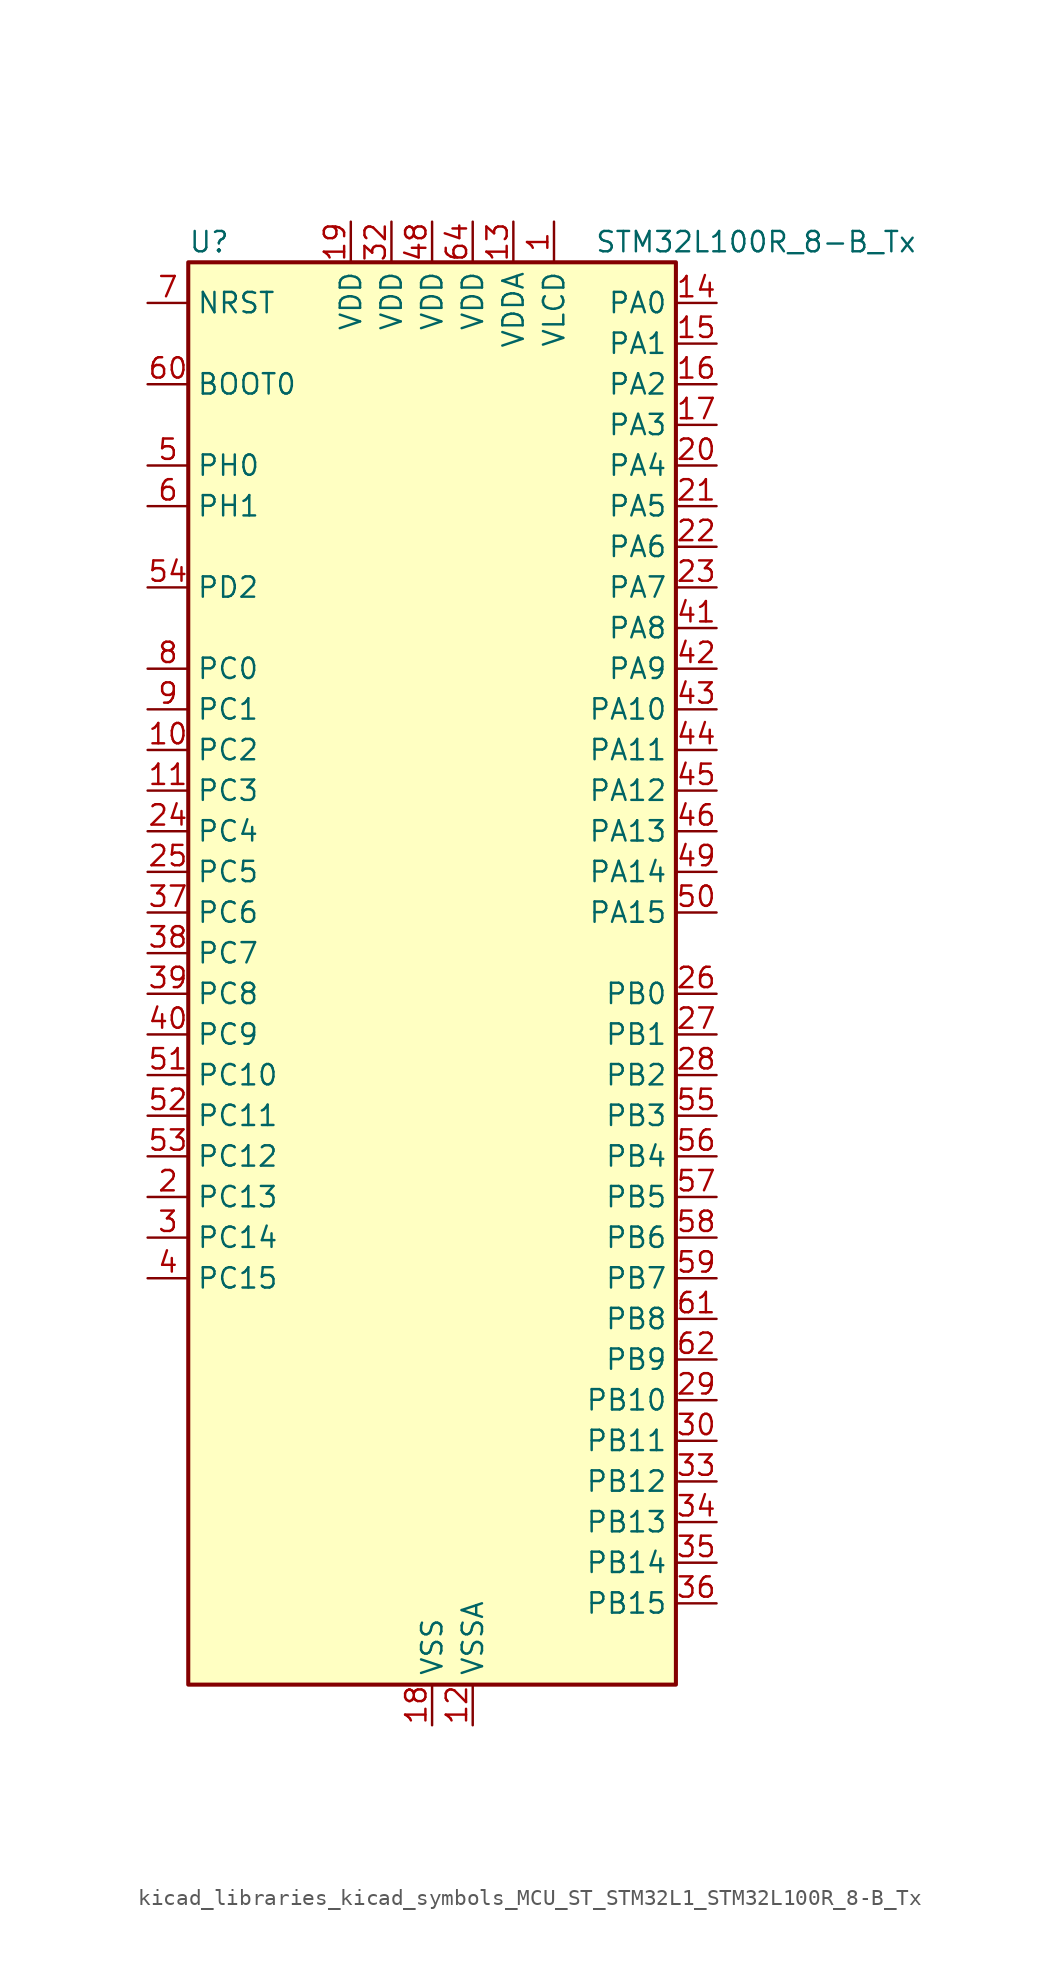
<source format=kicad_sym>
(kicad_symbol_lib
  (version 20220914)
  (generator kicad_symbol_editor)
  (symbol "kicad_libraries_kicad_symbols_MCU_ST_STM32L1_STM32L100R_8-B_Tx"
    (property "Reference" "U"
      (at -15.24 46.99 0)
      (effects (font (size 1.27 1.27)) (justify left)))
    (property "Value" "STM32L100R_8-B_Tx"
      (at 10.16 46.99 0)
      (effects (font (size 1.27 1.27)) (justify left)))
    (property "ki_locked" ""
      (at 0 0 0)
      (effects (font (size 1.27 1.27))))
    (symbol "kicad_libraries_kicad_symbols_MCU_ST_STM32L1_STM32L100R_8-B_Tx_0_1"
      (rectangle (start -15.24 -43.18) (end 15.24 45.72) (stroke (width 0.254) (type default)) (fill (type background))))
    (symbol "kicad_libraries_kicad_symbols_MCU_ST_STM32L1_STM32L100R_8-B_Tx_1_1"
      (pin power_in line (at 7.62 48.26 270) (length 2.54) (name "VLCD" (effects (font (size 1.27 1.27)))) (number "1" (effects (font (size 1.27 1.27)))))
      (pin bidirectional line (at -17.78 15.24 0) (length 2.54) (name "PC2" (effects (font (size 1.27 1.27)))) (number "10" (effects (font (size 1.27 1.27)))) (alternate "ADC_IN12" bidirectional line) (alternate "COMP1_INP" bidirectional line) (alternate "LCD_SEG20" bidirectional line) (alternate "TIMX_IC3" bidirectional line))
      (pin bidirectional line (at -17.78 12.7 0) (length 2.54) (name "PC3" (effects (font (size 1.27 1.27)))) (number "11" (effects (font (size 1.27 1.27)))) (alternate "ADC_IN13" bidirectional line) (alternate "COMP1_INP" bidirectional line) (alternate "LCD_SEG21" bidirectional line) (alternate "TIMX_IC4" bidirectional line))
      (pin power_in line (at 2.54 -45.72 90) (length 2.54) (name "VSSA" (effects (font (size 1.27 1.27)))) (number "12" (effects (font (size 1.27 1.27)))))
      (pin power_in line (at 5.08 48.26 270) (length 2.54) (name "VDDA" (effects (font (size 1.27 1.27)))) (number "13" (effects (font (size 1.27 1.27)))))
      (pin bidirectional line (at 17.78 43.18 180) (length 2.54) (name "PA0" (effects (font (size 1.27 1.27)))) (number "14" (effects (font (size 1.27 1.27)))) (alternate "ADC_IN0" bidirectional line) (alternate "COMP1_INP" bidirectional line) (alternate "SYS_WKUP1" bidirectional line) (alternate "TIM2_CH1" bidirectional line) (alternate "TIM2_ETR" bidirectional line) (alternate "TIMX_IC1" bidirectional line) (alternate "USART2_CTS" bidirectional line))
      (pin bidirectional line (at 17.78 40.64 180) (length 2.54) (name "PA1" (effects (font (size 1.27 1.27)))) (number "15" (effects (font (size 1.27 1.27)))) (alternate "ADC_IN1" bidirectional line) (alternate "COMP1_INP" bidirectional line) (alternate "LCD_SEG0" bidirectional line) (alternate "TIM2_CH2" bidirectional line) (alternate "TIMX_IC2" bidirectional line) (alternate "USART2_RTS" bidirectional line))
      (pin bidirectional line (at 17.78 38.1 180) (length 2.54) (name "PA2" (effects (font (size 1.27 1.27)))) (number "16" (effects (font (size 1.27 1.27)))) (alternate "ADC_IN2" bidirectional line) (alternate "COMP1_INP" bidirectional line) (alternate "LCD_SEG1" bidirectional line) (alternate "TIM2_CH3" bidirectional line) (alternate "TIM9_CH1" bidirectional line) (alternate "TIMX_IC3" bidirectional line) (alternate "USART2_TX" bidirectional line))
      (pin bidirectional line (at 17.78 35.56 180) (length 2.54) (name "PA3" (effects (font (size 1.27 1.27)))) (number "17" (effects (font (size 1.27 1.27)))) (alternate "ADC_IN3" bidirectional line) (alternate "COMP1_INP" bidirectional line) (alternate "LCD_SEG2" bidirectional line) (alternate "TIM2_CH4" bidirectional line) (alternate "TIM9_CH2" bidirectional line) (alternate "TIMX_IC4" bidirectional line) (alternate "USART2_RX" bidirectional line))
      (pin power_in line (at 0 -45.72 90) (length 2.54) (name "VSS" (effects (font (size 1.27 1.27)))) (number "18" (effects (font (size 1.27 1.27)))))
      (pin power_in line (at -5.08 48.26 270) (length 2.54) (name "VDD" (effects (font (size 1.27 1.27)))) (number "19" (effects (font (size 1.27 1.27)))))
      (pin bidirectional line (at -17.78 -12.7 0) (length 2.54) (name "PC13" (effects (font (size 1.27 1.27)))) (number "2" (effects (font (size 1.27 1.27)))) (alternate "RTC_OUT_ALARM" bidirectional line) (alternate "RTC_OUT_CALIB" bidirectional line) (alternate "RTC_TAMP1" bidirectional line) (alternate "RTC_TS" bidirectional line) (alternate "SYS_WKUP2" bidirectional line) (alternate "TIMX_IC2" bidirectional line))
      (pin bidirectional line (at 17.78 33.02 180) (length 2.54) (name "PA4" (effects (font (size 1.27 1.27)))) (number "20" (effects (font (size 1.27 1.27)))) (alternate "ADC_IN4" bidirectional line) (alternate "COMP1_INP" bidirectional line) (alternate "DAC_OUT1" bidirectional line) (alternate "SPI1_NSS" bidirectional line) (alternate "TIMX_IC1" bidirectional line) (alternate "USART2_CK" bidirectional line))
      (pin bidirectional line (at 17.78 30.48 180) (length 2.54) (name "PA5" (effects (font (size 1.27 1.27)))) (number "21" (effects (font (size 1.27 1.27)))) (alternate "ADC_IN5" bidirectional line) (alternate "COMP1_INP" bidirectional line) (alternate "DAC_OUT2" bidirectional line) (alternate "SPI1_SCK" bidirectional line) (alternate "TIM2_CH1" bidirectional line) (alternate "TIM2_ETR" bidirectional line) (alternate "TIMX_IC2" bidirectional line))
      (pin bidirectional line (at 17.78 27.94 180) (length 2.54) (name "PA6" (effects (font (size 1.27 1.27)))) (number "22" (effects (font (size 1.27 1.27)))) (alternate "ADC_IN6" bidirectional line) (alternate "COMP1_INP" bidirectional line) (alternate "LCD_SEG3" bidirectional line) (alternate "SPI1_MISO" bidirectional line) (alternate "TIM10_CH1" bidirectional line) (alternate "TIM3_CH1" bidirectional line) (alternate "TIMX_IC3" bidirectional line))
      (pin bidirectional line (at 17.78 25.4 180) (length 2.54) (name "PA7" (effects (font (size 1.27 1.27)))) (number "23" (effects (font (size 1.27 1.27)))) (alternate "ADC_IN7" bidirectional line) (alternate "COMP1_INP" bidirectional line) (alternate "LCD_SEG4" bidirectional line) (alternate "SPI1_MOSI" bidirectional line) (alternate "TIM11_CH1" bidirectional line) (alternate "TIM3_CH2" bidirectional line) (alternate "TIMX_IC4" bidirectional line))
      (pin bidirectional line (at -17.78 10.16 0) (length 2.54) (name "PC4" (effects (font (size 1.27 1.27)))) (number "24" (effects (font (size 1.27 1.27)))) (alternate "ADC_IN14" bidirectional line) (alternate "COMP1_INP" bidirectional line) (alternate "LCD_SEG22" bidirectional line) (alternate "TIMX_IC1" bidirectional line))
      (pin bidirectional line (at -17.78 7.62 0) (length 2.54) (name "PC5" (effects (font (size 1.27 1.27)))) (number "25" (effects (font (size 1.27 1.27)))) (alternate "ADC_IN15" bidirectional line) (alternate "COMP1_INP" bidirectional line) (alternate "LCD_SEG23" bidirectional line) (alternate "TIMX_IC2" bidirectional line))
      (pin bidirectional line (at 17.78 0 180) (length 2.54) (name "PB0" (effects (font (size 1.27 1.27)))) (number "26" (effects (font (size 1.27 1.27)))) (alternate "ADC_IN8" bidirectional line) (alternate "COMP1_INP" bidirectional line) (alternate "LCD_SEG5" bidirectional line) (alternate "SYS_V_REF_OUT" bidirectional line) (alternate "TIM3_CH3" bidirectional line))
      (pin bidirectional line (at 17.78 -2.54 180) (length 2.54) (name "PB1" (effects (font (size 1.27 1.27)))) (number "27" (effects (font (size 1.27 1.27)))) (alternate "ADC_IN9" bidirectional line) (alternate "COMP1_INP" bidirectional line) (alternate "LCD_SEG6" bidirectional line) (alternate "SYS_V_REF_OUT" bidirectional line) (alternate "TIM3_CH4" bidirectional line))
      (pin bidirectional line (at 17.78 -5.08 180) (length 2.54) (name "PB2" (effects (font (size 1.27 1.27)))) (number "28" (effects (font (size 1.27 1.27)))))
      (pin bidirectional line (at 17.78 -25.4 180) (length 2.54) (name "PB10" (effects (font (size 1.27 1.27)))) (number "29" (effects (font (size 1.27 1.27)))) (alternate "I2C2_SCL" bidirectional line) (alternate "LCD_SEG10" bidirectional line) (alternate "TIM2_CH3" bidirectional line) (alternate "USART3_TX" bidirectional line))
      (pin bidirectional line (at -17.78 -15.24 0) (length 2.54) (name "PC14" (effects (font (size 1.27 1.27)))) (number "3" (effects (font (size 1.27 1.27)))) (alternate "RCC_OSC32_IN" bidirectional line) (alternate "TIMX_IC3" bidirectional line))
      (pin bidirectional line (at 17.78 -27.94 180) (length 2.54) (name "PB11" (effects (font (size 1.27 1.27)))) (number "30" (effects (font (size 1.27 1.27)))) (alternate "ADC_EXTI11" bidirectional line) (alternate "I2C2_SDA" bidirectional line) (alternate "LCD_SEG11" bidirectional line) (alternate "TIM2_CH4" bidirectional line) (alternate "USART3_RX" bidirectional line))
      (pin passive line (at 0 -45.72 90) (length 2.54) hide (name "VSS" (effects (font (size 1.27 1.27)))) (number "31" (effects (font (size 1.27 1.27)))))
      (pin power_in line (at -2.54 48.26 270) (length 2.54) (name "VDD" (effects (font (size 1.27 1.27)))) (number "32" (effects (font (size 1.27 1.27)))))
      (pin bidirectional line (at 17.78 -30.48 180) (length 2.54) (name "PB12" (effects (font (size 1.27 1.27)))) (number "33" (effects (font (size 1.27 1.27)))) (alternate "ADC_IN18" bidirectional line) (alternate "COMP1_INP" bidirectional line) (alternate "I2C2_SMBA" bidirectional line) (alternate "LCD_SEG12" bidirectional line) (alternate "SPI2_NSS" bidirectional line) (alternate "TIM10_CH1" bidirectional line) (alternate "USART3_CK" bidirectional line))
      (pin bidirectional line (at 17.78 -33.02 180) (length 2.54) (name "PB13" (effects (font (size 1.27 1.27)))) (number "34" (effects (font (size 1.27 1.27)))) (alternate "ADC_IN19" bidirectional line) (alternate "COMP1_INP" bidirectional line) (alternate "LCD_SEG13" bidirectional line) (alternate "SPI2_SCK" bidirectional line) (alternate "TIM9_CH1" bidirectional line) (alternate "USART3_CTS" bidirectional line))
      (pin bidirectional line (at 17.78 -35.56 180) (length 2.54) (name "PB14" (effects (font (size 1.27 1.27)))) (number "35" (effects (font (size 1.27 1.27)))) (alternate "ADC_IN20" bidirectional line) (alternate "COMP1_INP" bidirectional line) (alternate "LCD_SEG14" bidirectional line) (alternate "SPI2_MISO" bidirectional line) (alternate "TIM9_CH2" bidirectional line) (alternate "USART3_RTS" bidirectional line))
      (pin bidirectional line (at 17.78 -38.1 180) (length 2.54) (name "PB15" (effects (font (size 1.27 1.27)))) (number "36" (effects (font (size 1.27 1.27)))) (alternate "ADC_EXTI15" bidirectional line) (alternate "ADC_IN21" bidirectional line) (alternate "COMP1_INP" bidirectional line) (alternate "LCD_SEG15" bidirectional line) (alternate "RTC_REFIN" bidirectional line) (alternate "SPI2_MOSI" bidirectional line) (alternate "TIM11_CH1" bidirectional line))
      (pin bidirectional line (at -17.78 5.08 0) (length 2.54) (name "PC6" (effects (font (size 1.27 1.27)))) (number "37" (effects (font (size 1.27 1.27)))) (alternate "LCD_SEG24" bidirectional line) (alternate "TIM3_CH1" bidirectional line) (alternate "TIMX_IC3" bidirectional line))
      (pin bidirectional line (at -17.78 2.54 0) (length 2.54) (name "PC7" (effects (font (size 1.27 1.27)))) (number "38" (effects (font (size 1.27 1.27)))) (alternate "LCD_SEG25" bidirectional line) (alternate "TIM3_CH2" bidirectional line) (alternate "TIMX_IC4" bidirectional line))
      (pin bidirectional line (at -17.78 0 0) (length 2.54) (name "PC8" (effects (font (size 1.27 1.27)))) (number "39" (effects (font (size 1.27 1.27)))) (alternate "LCD_SEG26" bidirectional line) (alternate "TIM3_CH3" bidirectional line) (alternate "TIMX_IC1" bidirectional line))
      (pin bidirectional line (at -17.78 -17.78 0) (length 2.54) (name "PC15" (effects (font (size 1.27 1.27)))) (number "4" (effects (font (size 1.27 1.27)))) (alternate "ADC_EXTI15" bidirectional line) (alternate "RCC_OSC32_OUT" bidirectional line) (alternate "TIMX_IC4" bidirectional line))
      (pin bidirectional line (at -17.78 -2.54 0) (length 2.54) (name "PC9" (effects (font (size 1.27 1.27)))) (number "40" (effects (font (size 1.27 1.27)))) (alternate "DAC_EXTI9" bidirectional line) (alternate "LCD_SEG27" bidirectional line) (alternate "TIM3_CH4" bidirectional line) (alternate "TIMX_IC2" bidirectional line))
      (pin bidirectional line (at 17.78 22.86 180) (length 2.54) (name "PA8" (effects (font (size 1.27 1.27)))) (number "41" (effects (font (size 1.27 1.27)))) (alternate "LCD_COM0" bidirectional line) (alternate "RCC_MCO" bidirectional line) (alternate "TIMX_IC1" bidirectional line) (alternate "USART1_CK" bidirectional line))
      (pin bidirectional line (at 17.78 20.32 180) (length 2.54) (name "PA9" (effects (font (size 1.27 1.27)))) (number "42" (effects (font (size 1.27 1.27)))) (alternate "DAC_EXTI9" bidirectional line) (alternate "LCD_COM1" bidirectional line) (alternate "TIMX_IC2" bidirectional line) (alternate "USART1_TX" bidirectional line))
      (pin bidirectional line (at 17.78 17.78 180) (length 2.54) (name "PA10" (effects (font (size 1.27 1.27)))) (number "43" (effects (font (size 1.27 1.27)))) (alternate "LCD_COM2" bidirectional line) (alternate "TIMX_IC3" bidirectional line) (alternate "USART1_RX" bidirectional line))
      (pin bidirectional line (at 17.78 15.24 180) (length 2.54) (name "PA11" (effects (font (size 1.27 1.27)))) (number "44" (effects (font (size 1.27 1.27)))) (alternate "ADC_EXTI11" bidirectional line) (alternate "SPI1_MISO" bidirectional line) (alternate "TIMX_IC4" bidirectional line) (alternate "USART1_CTS" bidirectional line) (alternate "USB_DM" bidirectional line))
      (pin bidirectional line (at 17.78 12.7 180) (length 2.54) (name "PA12" (effects (font (size 1.27 1.27)))) (number "45" (effects (font (size 1.27 1.27)))) (alternate "SPI1_MOSI" bidirectional line) (alternate "TIMX_IC1" bidirectional line) (alternate "USART1_RTS" bidirectional line) (alternate "USB_DP" bidirectional line))
      (pin bidirectional line (at 17.78 10.16 180) (length 2.54) (name "PA13" (effects (font (size 1.27 1.27)))) (number "46" (effects (font (size 1.27 1.27)))) (alternate "SYS_JTMS-SWDIO" bidirectional line) (alternate "TIMX_IC2" bidirectional line))
      (pin passive line (at 0 -45.72 90) (length 2.54) hide (name "VSS" (effects (font (size 1.27 1.27)))) (number "47" (effects (font (size 1.27 1.27)))))
      (pin power_in line (at 0 48.26 270) (length 2.54) (name "VDD" (effects (font (size 1.27 1.27)))) (number "48" (effects (font (size 1.27 1.27)))))
      (pin bidirectional line (at 17.78 7.62 180) (length 2.54) (name "PA14" (effects (font (size 1.27 1.27)))) (number "49" (effects (font (size 1.27 1.27)))) (alternate "SYS_JTCK-SWCLK" bidirectional line) (alternate "TIMX_IC3" bidirectional line))
      (pin bidirectional line (at -17.78 33.02 0) (length 2.54) (name "PH0" (effects (font (size 1.27 1.27)))) (number "5" (effects (font (size 1.27 1.27)))) (alternate "RCC_OSC_IN" bidirectional line))
      (pin bidirectional line (at 17.78 5.08 180) (length 2.54) (name "PA15" (effects (font (size 1.27 1.27)))) (number "50" (effects (font (size 1.27 1.27)))) (alternate "ADC_EXTI15" bidirectional line) (alternate "LCD_SEG17" bidirectional line) (alternate "SPI1_NSS" bidirectional line) (alternate "SYS_JTDI" bidirectional line) (alternate "TIM2_CH1" bidirectional line) (alternate "TIM2_ETR" bidirectional line) (alternate "TIMX_IC4" bidirectional line))
      (pin bidirectional line (at -17.78 -5.08 0) (length 2.54) (name "PC10" (effects (font (size 1.27 1.27)))) (number "51" (effects (font (size 1.27 1.27)))) (alternate "LCD_COM4" bidirectional line) (alternate "LCD_SEG28" bidirectional line) (alternate "TIMX_IC3" bidirectional line) (alternate "USART3_TX" bidirectional line))
      (pin bidirectional line (at -17.78 -7.62 0) (length 2.54) (name "PC11" (effects (font (size 1.27 1.27)))) (number "52" (effects (font (size 1.27 1.27)))) (alternate "ADC_EXTI11" bidirectional line) (alternate "LCD_COM5" bidirectional line) (alternate "LCD_SEG29" bidirectional line) (alternate "TIMX_IC4" bidirectional line) (alternate "USART3_RX" bidirectional line))
      (pin bidirectional line (at -17.78 -10.16 0) (length 2.54) (name "PC12" (effects (font (size 1.27 1.27)))) (number "53" (effects (font (size 1.27 1.27)))) (alternate "LCD_COM6" bidirectional line) (alternate "LCD_SEG30" bidirectional line) (alternate "TIMX_IC1" bidirectional line) (alternate "USART3_CK" bidirectional line))
      (pin bidirectional line (at -17.78 25.4 0) (length 2.54) (name "PD2" (effects (font (size 1.27 1.27)))) (number "54" (effects (font (size 1.27 1.27)))) (alternate "LCD_COM7" bidirectional line) (alternate "LCD_SEG31" bidirectional line) (alternate "TIM3_ETR" bidirectional line) (alternate "TIMX_IC3" bidirectional line))
      (pin bidirectional line (at 17.78 -7.62 180) (length 2.54) (name "PB3" (effects (font (size 1.27 1.27)))) (number "55" (effects (font (size 1.27 1.27)))) (alternate "COMP2_INM" bidirectional line) (alternate "LCD_SEG7" bidirectional line) (alternate "SPI1_SCK" bidirectional line) (alternate "SYS_JTDO-TRACESWO" bidirectional line) (alternate "TIM2_CH2" bidirectional line))
      (pin bidirectional line (at 17.78 -10.16 180) (length 2.54) (name "PB4" (effects (font (size 1.27 1.27)))) (number "56" (effects (font (size 1.27 1.27)))) (alternate "COMP2_INP" bidirectional line) (alternate "LCD_SEG8" bidirectional line) (alternate "SPI1_MISO" bidirectional line) (alternate "SYS_JTRST" bidirectional line) (alternate "TIM3_CH1" bidirectional line))
      (pin bidirectional line (at 17.78 -12.7 180) (length 2.54) (name "PB5" (effects (font (size 1.27 1.27)))) (number "57" (effects (font (size 1.27 1.27)))) (alternate "COMP2_INP" bidirectional line) (alternate "I2C1_SMBA" bidirectional line) (alternate "LCD_SEG9" bidirectional line) (alternate "SPI1_MOSI" bidirectional line) (alternate "TIM3_CH2" bidirectional line))
      (pin bidirectional line (at 17.78 -15.24 180) (length 2.54) (name "PB6" (effects (font (size 1.27 1.27)))) (number "58" (effects (font (size 1.27 1.27)))) (alternate "I2C1_SCL" bidirectional line) (alternate "TIM4_CH1" bidirectional line) (alternate "USART1_TX" bidirectional line))
      (pin bidirectional line (at 17.78 -17.78 180) (length 2.54) (name "PB7" (effects (font (size 1.27 1.27)))) (number "59" (effects (font (size 1.27 1.27)))) (alternate "I2C1_SDA" bidirectional line) (alternate "SYS_PVD_IN" bidirectional line) (alternate "TIM4_CH2" bidirectional line) (alternate "USART1_RX" bidirectional line))
      (pin bidirectional line (at -17.78 30.48 0) (length 2.54) (name "PH1" (effects (font (size 1.27 1.27)))) (number "6" (effects (font (size 1.27 1.27)))) (alternate "RCC_OSC_OUT" bidirectional line))
      (pin input line (at -17.78 38.1 0) (length 2.54) (name "BOOT0" (effects (font (size 1.27 1.27)))) (number "60" (effects (font (size 1.27 1.27)))))
      (pin bidirectional line (at 17.78 -20.32 180) (length 2.54) (name "PB8" (effects (font (size 1.27 1.27)))) (number "61" (effects (font (size 1.27 1.27)))) (alternate "I2C1_SCL" bidirectional line) (alternate "LCD_SEG16" bidirectional line) (alternate "TIM10_CH1" bidirectional line) (alternate "TIM4_CH3" bidirectional line))
      (pin bidirectional line (at 17.78 -22.86 180) (length 2.54) (name "PB9" (effects (font (size 1.27 1.27)))) (number "62" (effects (font (size 1.27 1.27)))) (alternate "DAC_EXTI9" bidirectional line) (alternate "I2C1_SDA" bidirectional line) (alternate "LCD_COM3" bidirectional line) (alternate "TIM11_CH1" bidirectional line) (alternate "TIM4_CH4" bidirectional line))
      (pin passive line (at 0 -45.72 90) (length 2.54) hide (name "VSS" (effects (font (size 1.27 1.27)))) (number "63" (effects (font (size 1.27 1.27)))))
      (pin power_in line (at 2.54 48.26 270) (length 2.54) (name "VDD" (effects (font (size 1.27 1.27)))) (number "64" (effects (font (size 1.27 1.27)))))
      (pin input line (at -17.78 43.18 0) (length 2.54) (name "NRST" (effects (font (size 1.27 1.27)))) (number "7" (effects (font (size 1.27 1.27)))))
      (pin bidirectional line (at -17.78 20.32 0) (length 2.54) (name "PC0" (effects (font (size 1.27 1.27)))) (number "8" (effects (font (size 1.27 1.27)))) (alternate "ADC_IN10" bidirectional line) (alternate "COMP1_INP" bidirectional line) (alternate "LCD_SEG18" bidirectional line) (alternate "TIMX_IC1" bidirectional line))
      (pin bidirectional line (at -17.78 17.78 0) (length 2.54) (name "PC1" (effects (font (size 1.27 1.27)))) (number "9" (effects (font (size 1.27 1.27)))) (alternate "ADC_IN11" bidirectional line) (alternate "COMP1_INP" bidirectional line) (alternate "LCD_SEG19" bidirectional line) (alternate "TIMX_IC2" bidirectional line)))))
</source>
